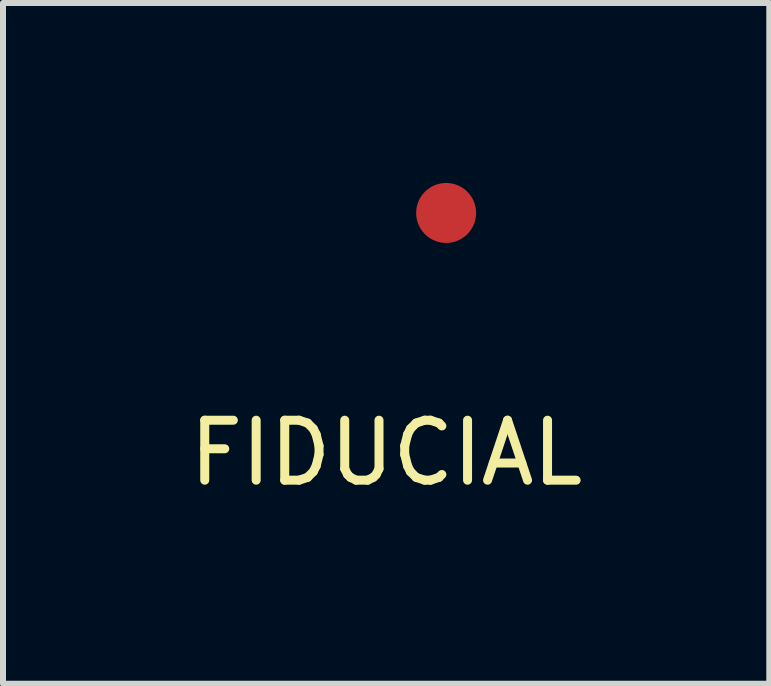
<source format=kicad_pcb>
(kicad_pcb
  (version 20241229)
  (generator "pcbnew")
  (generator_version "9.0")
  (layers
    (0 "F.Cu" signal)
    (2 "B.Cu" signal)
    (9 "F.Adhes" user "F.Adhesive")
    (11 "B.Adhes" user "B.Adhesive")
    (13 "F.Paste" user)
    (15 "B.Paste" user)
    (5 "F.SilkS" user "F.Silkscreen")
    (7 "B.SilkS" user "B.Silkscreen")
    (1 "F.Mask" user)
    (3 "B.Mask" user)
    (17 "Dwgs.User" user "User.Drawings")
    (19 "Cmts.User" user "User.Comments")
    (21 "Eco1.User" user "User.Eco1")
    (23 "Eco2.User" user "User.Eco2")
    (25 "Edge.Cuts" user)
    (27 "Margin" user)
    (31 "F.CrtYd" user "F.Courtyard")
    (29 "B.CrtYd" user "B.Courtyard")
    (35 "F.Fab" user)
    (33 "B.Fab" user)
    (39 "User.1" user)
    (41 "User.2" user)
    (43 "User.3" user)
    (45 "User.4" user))
  (footprint "FIDUCIAL"
    (layer "F.Cu")
    (at 4.387 0.5)
    (property "Reference" "FIDUCIAL" (at -1 4 0) (layer "F.SilkS") (effects (font (size 1 1) (thickness 0.15))))
    (attr through_hole)
    (pad "1" smd circle (at 0 0) (size 1 1) (layers "F.Cu" "F.Mask")))
  (gr_rect
    (start -3 -3)
    (end 9.774 8.348)
    (stroke (width 0.1) (type default))
    (fill no)
    (layer "Edge.Cuts")))
</source>
